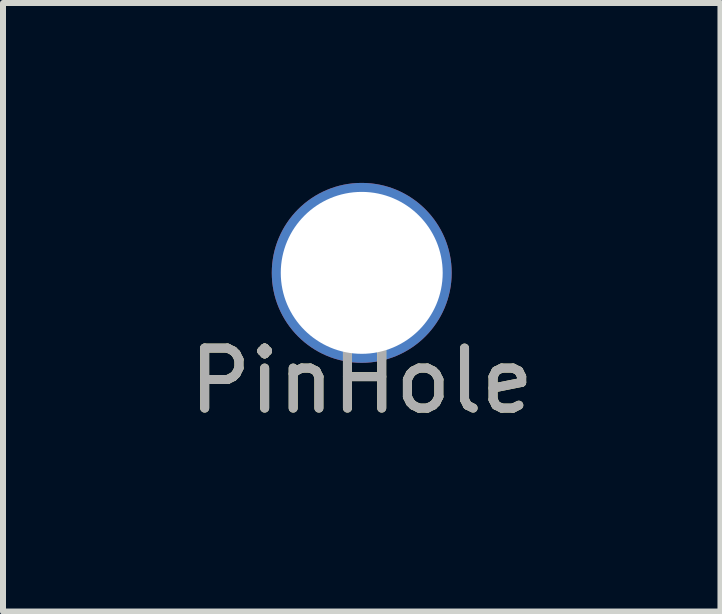
<source format=kicad_pcb>
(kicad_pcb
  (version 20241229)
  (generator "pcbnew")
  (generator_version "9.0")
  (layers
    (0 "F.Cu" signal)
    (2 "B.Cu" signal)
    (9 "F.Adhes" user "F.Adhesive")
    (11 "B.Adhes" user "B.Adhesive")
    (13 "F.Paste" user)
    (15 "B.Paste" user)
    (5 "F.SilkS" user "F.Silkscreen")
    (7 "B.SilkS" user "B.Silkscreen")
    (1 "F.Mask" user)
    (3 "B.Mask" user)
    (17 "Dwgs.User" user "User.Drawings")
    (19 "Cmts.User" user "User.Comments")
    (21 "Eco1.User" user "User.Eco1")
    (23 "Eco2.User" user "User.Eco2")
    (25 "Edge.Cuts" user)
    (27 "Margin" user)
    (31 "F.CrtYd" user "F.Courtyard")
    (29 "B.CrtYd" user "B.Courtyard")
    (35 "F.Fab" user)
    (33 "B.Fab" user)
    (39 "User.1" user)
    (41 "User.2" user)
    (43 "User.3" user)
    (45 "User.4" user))
  (footprint "PinHole"
    (layer "F.Cu")
    (at 2.982 1.5)
    (property "Reference" "PinHole" (at 0 1.8 0) (layer "F.SilkS") (effects (font (size 1 1) (thickness 0.15))))
    (attr through_hole)
    (fp_line (start -0.9 -0.25) (end 0.85 -0.25) (stroke (width 0.12) (type solid)) (layer "F.Fab"))
    (fp_line (start -0.9 0.25) (end -0.9 -0.25) (stroke (width 0.12) (type solid)) (layer "F.Fab"))
    (fp_line (start 0.85 -0.25) (end 0.85 0.25) (stroke (width 0.12) (type solid)) (layer "F.Fab"))
    (fp_line (start 0.85 0.25) (end -0.9 0.25) (stroke (width 0.12) (type solid)) (layer "F.Fab"))
    (fp_text user "${REFERENCE}" (at 0 1.8 0) (layer "F.Fab") (effects (font (size 1 1) (thickness 0.15))))
    (pad "1" thru_hole circle (at 0 0) (size 3 3) (drill 2.7) (layers "*.Cu" "*.Mask")))
  (gr_rect
    (start -3 -3)
    (end 8.964 7.148)
    (stroke (width 0.1) (type default))
    (fill no)
    (layer "Edge.Cuts")))
</source>
